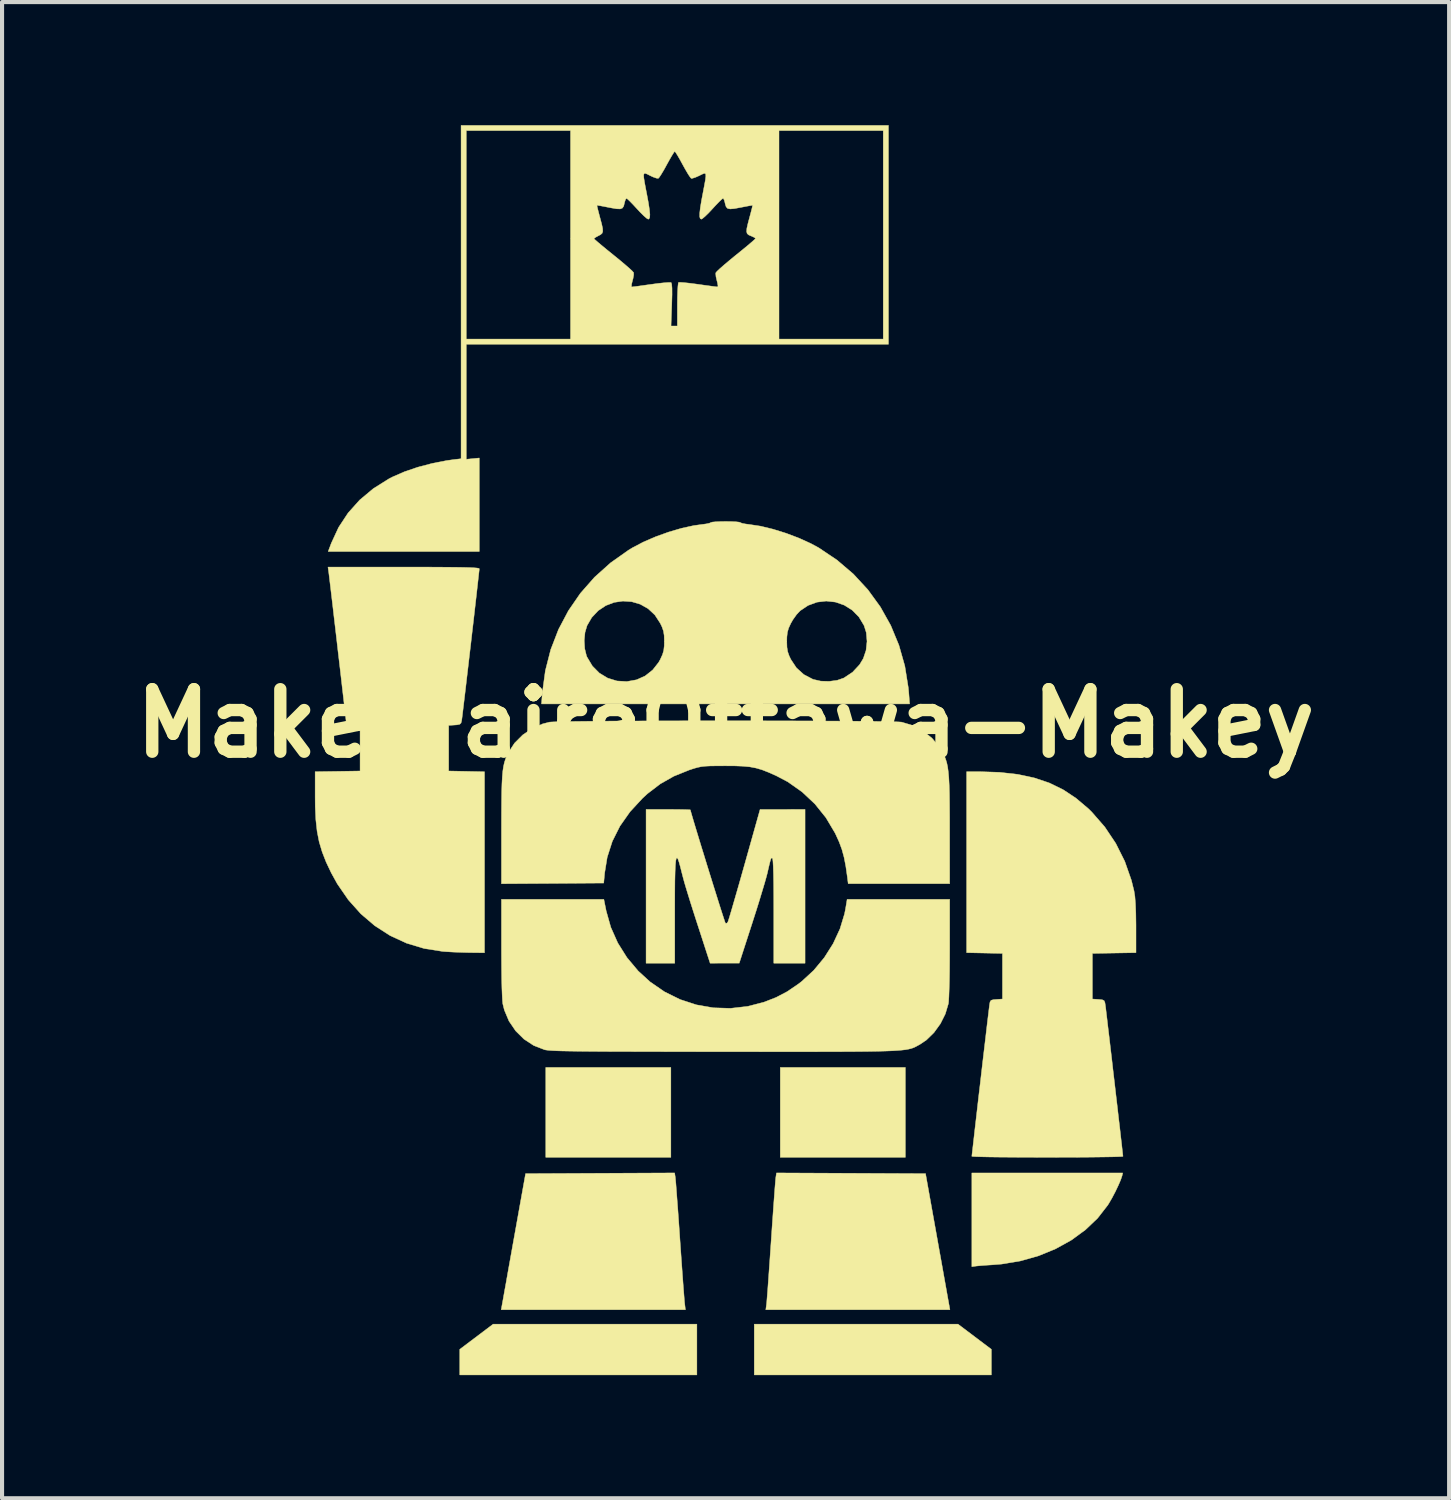
<source format=kicad_pcb>
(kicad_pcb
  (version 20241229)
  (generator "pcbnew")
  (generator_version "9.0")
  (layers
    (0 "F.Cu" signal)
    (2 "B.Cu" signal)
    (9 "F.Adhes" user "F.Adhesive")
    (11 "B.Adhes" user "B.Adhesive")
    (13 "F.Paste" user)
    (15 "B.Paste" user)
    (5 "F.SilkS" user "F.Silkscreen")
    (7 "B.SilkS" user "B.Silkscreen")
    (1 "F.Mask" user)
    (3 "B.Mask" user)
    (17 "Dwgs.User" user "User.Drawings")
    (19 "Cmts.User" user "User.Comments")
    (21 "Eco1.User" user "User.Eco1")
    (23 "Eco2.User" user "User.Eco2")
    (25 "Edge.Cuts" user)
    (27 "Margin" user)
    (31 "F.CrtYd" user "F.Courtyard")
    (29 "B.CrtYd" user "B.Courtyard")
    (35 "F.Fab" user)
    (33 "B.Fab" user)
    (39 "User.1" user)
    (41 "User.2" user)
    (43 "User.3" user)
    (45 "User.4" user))
  (footprint "MakerFaireOttawa-Makey"
    (layer "F.Cu")
    (at 14.63 14.578)
    (property "Reference" "MakerFaireOttawa-Makey" (at 0 0 0) (layer "F.SilkS") (effects (font (size 1.524 1.524) (thickness 0.3))))
    (attr through_hole)
    (fp_poly (pts (xy -1.333 10.573) (xy -4.381 10.573) (xy -4.381 8.382) (xy -1.333 8.382) (xy -1.333 10.573)) (stroke (width 0.01) (type solid)) (fill yes) (layer "F.SilkS"))
    (fp_poly (pts (xy 4.381 10.573) (xy 1.333 10.573) (xy 1.333 8.382) (xy 4.381 8.382) (xy 4.381 10.573)) (stroke (width 0.01) (type solid)) (fill yes) (layer "F.SilkS"))
    (fp_poly (pts (xy -0.699 15.875) (xy -6.477 15.875) (xy -6.477 15.251) (xy -6.07 14.944) (xy -5.663 14.637) (xy -0.699 14.637) (xy -0.699 15.875)) (stroke (width 0.01) (type solid)) (fill yes) (layer "F.SilkS"))
    (fp_poly (pts (xy 6.07 14.944) (xy 6.477 15.251) (xy 6.477 15.875) (xy 0.699 15.875) (xy 0.699 14.637) (xy 5.663 14.637) (xy 6.07 14.944)) (stroke (width 0.01) (type solid)) (fill yes) (layer "F.SilkS"))
    (fp_poly (pts (xy 9.661 11.025) (xy 9.628 11.123) (xy 9.57 11.257) (xy 9.498 11.409) (xy 9.418 11.561) (xy 9.341 11.694) (xy 9.314 11.737) (xy 9.066 12.056) (xy 8.767 12.341) (xy 8.424 12.591) (xy 8.043 12.802) (xy 7.629 12.972) (xy 7.189 13.097) (xy 6.727 13.174) (xy 6.493 13.193) (xy 6.347 13.202) (xy 6.217 13.212) (xy 6.12 13.221) (xy 6.088 13.225) (xy 6.001 13.238) (xy 6.001 10.954) (xy 9.678 10.954) (xy 9.661 11.025)) (stroke (width 0.01) (type solid)) (fill yes) (layer "F.SilkS"))
    (fp_poly (pts (xy -1.225 11.057) (xy -1.22 11.109) (xy -1.21 11.218) (xy -1.198 11.377) (xy -1.183 11.578) (xy -1.165 11.814) (xy -1.146 12.079) (xy -1.126 12.365) (xy -1.112 12.573) (xy -1.091 12.872) (xy -1.071 13.156) (xy -1.052 13.419) (xy -1.035 13.652) (xy -1.02 13.848) (xy -1.008 14) (xy -1 14.101) (xy -0.996 14.137) (xy -0.978 14.287) (xy -5.467 14.287) (xy -5.446 14.168) (xy -5.436 14.114) (xy -5.416 14.004) (xy -5.388 13.844) (xy -5.351 13.642) (xy -5.309 13.403) (xy -5.261 13.135) (xy -5.209 12.844) (xy -5.154 12.536) (xy -5.149 12.509) (xy -4.873 10.97) (xy -1.241 10.953) (xy -1.225 11.057)) (stroke (width 0.01) (type solid)) (fill yes) (layer "F.SilkS"))
    (fp_poly (pts (xy 4.873 10.97) (xy 5.149 12.509) (xy 5.204 12.818) (xy 5.257 13.111) (xy 5.305 13.381) (xy 5.348 13.622) (xy 5.385 13.828) (xy 5.414 13.992) (xy 5.435 14.107) (xy 5.445 14.166) (xy 5.446 14.168) (xy 5.467 14.287) (xy 0.98 14.287) (xy 0.998 14.153) (xy 1.004 14.093) (xy 1.013 13.978) (xy 1.026 13.813) (xy 1.041 13.606) (xy 1.058 13.365) (xy 1.077 13.096) (xy 1.097 12.806) (xy 1.112 12.589) (xy 1.132 12.29) (xy 1.152 12.008) (xy 1.17 11.75) (xy 1.187 11.522) (xy 1.201 11.331) (xy 1.213 11.185) (xy 1.221 11.09) (xy 1.225 11.057) (xy 1.241 10.953) (xy 4.873 10.97)) (stroke (width 0.01) (type solid)) (fill yes) (layer "F.SilkS"))
    (fp_poly (pts (xy -7.442 -3.81) (xy -7.1 -3.809) (xy -6.812 -3.807) (xy -6.576 -3.805) (xy -6.387 -3.802) (xy -6.241 -3.798) (xy -6.133 -3.793) (xy -6.06 -3.787) (xy -6.017 -3.78) (xy -6.001 -3.771) (xy -6.001 -3.77) (xy -6.004 -3.73) (xy -6.015 -3.634) (xy -6.031 -3.488) (xy -6.052 -3.3) (xy -6.077 -3.077) (xy -6.106 -2.825) (xy -6.137 -2.552) (xy -6.171 -2.263) (xy -6.205 -1.967) (xy -6.24 -1.669) (xy -6.274 -1.378) (xy -6.307 -1.098) (xy -6.337 -0.839) (xy -6.365 -0.606) (xy -6.389 -0.406) (xy -6.408 -0.247) (xy -6.422 -0.135) (xy -6.43 -0.077) (xy -6.43 -0.073) (xy -6.446 -0.011) (xy -6.477 0.02) (xy -6.543 0.034) (xy -6.597 0.038) (xy -6.747 0.048) (xy -6.747 1.159) (xy -6.31 1.168) (xy -5.874 1.177) (xy -5.874 5.588) (xy -6.247 5.584) (xy -6.431 5.579) (xy -6.625 5.572) (xy -6.803 5.562) (xy -6.895 5.555) (xy -7.345 5.484) (xy -7.773 5.355) (xy -8.174 5.17) (xy -8.546 4.931) (xy -8.887 4.64) (xy -9.192 4.299) (xy -9.46 3.91) (xy -9.607 3.644) (xy -9.733 3.379) (xy -9.83 3.13) (xy -9.903 2.885) (xy -9.953 2.629) (xy -9.984 2.347) (xy -9.999 2.026) (xy -10.001 1.792) (xy -10.001 1.176) (xy -9.454 1.168) (xy -8.906 1.159) (xy -8.906 0.048) (xy -9.073 0.038) (xy -9.166 0.03) (xy -9.226 0.02) (xy -9.239 0.013) (xy -9.243 -0.022) (xy -9.253 -0.113) (xy -9.269 -0.253) (xy -9.29 -0.437) (xy -9.315 -0.656) (xy -9.344 -0.904) (xy -9.375 -1.174) (xy -9.408 -1.46) (xy -9.443 -1.754) (xy -9.477 -2.051) (xy -9.511 -2.342) (xy -9.544 -2.621) (xy -9.574 -2.882) (xy -9.602 -3.117) (xy -9.626 -3.32) (xy -9.646 -3.484) (xy -9.66 -3.602) (xy -9.668 -3.668) (xy -9.669 -3.675) (xy -9.688 -3.81) (xy -7.844 -3.81) (xy -7.442 -3.81)) (stroke (width 0.01) (type solid)) (fill yes) (layer "F.SilkS"))
    (fp_poly (pts (xy -1.22 2.096) (xy -1.067 2.098) (xy -0.949 2.101) (xy -0.876 2.104) (xy -0.857 2.107) (xy -0.848 2.145) (xy -0.822 2.236) (xy -0.782 2.372) (xy -0.73 2.545) (xy -0.668 2.749) (xy -0.599 2.976) (xy -0.524 3.218) (xy -0.447 3.469) (xy -0.369 3.72) (xy -0.293 3.964) (xy -0.221 4.193) (xy -0.156 4.401) (xy -0.099 4.58) (xy -0.053 4.722) (xy -0.021 4.819) (xy -0.004 4.865) (xy -0.003 4.868) (xy 0.032 4.868) (xy 0.056 4.837) (xy 0.071 4.795) (xy 0.101 4.698) (xy 0.144 4.553) (xy 0.198 4.367) (xy 0.262 4.146) (xy 0.334 3.896) (xy 0.411 3.624) (xy 0.464 3.437) (xy 0.841 2.096) (xy 1.389 2.096) (xy 1.937 2.095) (xy 1.937 5.842) (xy 1.175 5.842) (xy 1.175 4.574) (xy 1.174 4.222) (xy 1.172 3.923) (xy 1.168 3.679) (xy 1.162 3.492) (xy 1.155 3.364) (xy 1.147 3.296) (xy 1.143 3.286) (xy 1.127 3.278) (xy 1.114 3.282) (xy 1.101 3.309) (xy 1.084 3.368) (xy 1.059 3.468) (xy 1.024 3.619) (xy 1.021 3.635) (xy 0.994 3.738) (xy 0.951 3.891) (xy 0.893 4.084) (xy 0.826 4.306) (xy 0.751 4.547) (xy 0.671 4.797) (xy 0.644 4.881) (xy 0.333 5.841) (xy -0.021 5.841) (xy -0.376 5.842) (xy -0.472 5.548) (xy -0.594 5.171) (xy -0.699 4.849) (xy -0.787 4.575) (xy -0.86 4.345) (xy -0.919 4.153) (xy -0.968 3.993) (xy -1.007 3.86) (xy -1.037 3.748) (xy -1.062 3.652) (xy -1.064 3.645) (xy -1.102 3.493) (xy -1.134 3.379) (xy -1.16 3.305) (xy -1.182 3.274) (xy -1.2 3.287) (xy -1.213 3.348) (xy -1.223 3.459) (xy -1.23 3.623) (xy -1.235 3.842) (xy -1.237 4.118) (xy -1.238 4.455) (xy -1.238 4.574) (xy -1.238 5.842) (xy -1.937 5.842) (xy -1.937 2.095) (xy -1.397 2.095) (xy -1.22 2.096)) (stroke (width 0.01) (type solid)) (fill yes) (layer "F.SilkS"))
    (fp_poly (pts (xy -2.909 4.568) (xy -2.797 4.966) (xy -2.627 5.348) (xy -2.403 5.705) (xy -2.13 6.031) (xy -1.839 6.297) (xy -1.486 6.54) (xy -1.107 6.727) (xy -0.709 6.857) (xy -0.297 6.929) (xy 0.121 6.942) (xy 0.541 6.894) (xy 0.935 6.792) (xy 1.232 6.676) (xy 1.501 6.535) (xy 1.767 6.354) (xy 1.856 6.286) (xy 2.149 6.016) (xy 2.406 5.706) (xy 2.621 5.366) (xy 2.788 5.006) (xy 2.9 4.637) (xy 2.925 4.508) (xy 2.962 4.286) (xy 5.461 4.286) (xy 5.461 5.473) (xy 5.46 5.763) (xy 5.458 6.035) (xy 5.454 6.279) (xy 5.448 6.489) (xy 5.442 6.658) (xy 5.435 6.776) (xy 5.429 6.83) (xy 5.355 7.078) (xy 5.235 7.317) (xy 5.078 7.534) (xy 4.895 7.713) (xy 4.737 7.82) (xy 4.691 7.845) (xy 4.649 7.868) (xy 4.608 7.889) (xy 4.565 7.907) (xy 4.515 7.923) (xy 4.456 7.937) (xy 4.385 7.95) (xy 4.297 7.96) (xy 4.191 7.969) (xy 4.061 7.977) (xy 3.906 7.983) (xy 3.722 7.988) (xy 3.505 7.992) (xy 3.253 7.995) (xy 2.961 7.997) (xy 2.627 7.998) (xy 2.247 7.999) (xy 1.818 8) (xy 1.337 8) (xy 0.8 7.999) (xy 0.203 7.999) (xy -0.015 7.999) (xy -0.631 7.999) (xy -1.187 7.998) (xy -1.685 7.997) (xy -2.13 7.996) (xy -2.523 7.995) (xy -2.869 7.994) (xy -3.17 7.992) (xy -3.43 7.99) (xy -3.652 7.987) (xy -3.838 7.984) (xy -3.992 7.981) (xy -4.117 7.977) (xy -4.216 7.972) (xy -4.293 7.967) (xy -4.35 7.961) (xy -4.391 7.955) (xy -4.41 7.951) (xy -4.675 7.848) (xy -4.913 7.692) (xy -5.115 7.492) (xy -5.277 7.254) (xy -5.39 6.986) (xy -5.429 6.83) (xy -5.436 6.756) (xy -5.443 6.627) (xy -5.45 6.45) (xy -5.455 6.232) (xy -5.458 5.981) (xy -5.46 5.705) (xy -5.461 5.473) (xy -5.461 4.286) (xy -2.966 4.286) (xy -2.909 4.568)) (stroke (width 0.01) (type solid)) (fill yes) (layer "F.SilkS"))
    (fp_poly (pts (xy 6.183 1.175) (xy 6.677 1.191) (xy 7.121 1.241) (xy 7.523 1.327) (xy 7.889 1.45) (xy 8.225 1.614) (xy 8.538 1.821) (xy 8.835 2.072) (xy 8.922 2.157) (xy 9.24 2.522) (xy 9.509 2.924) (xy 9.727 3.36) (xy 9.889 3.822) (xy 9.953 4.08) (xy 9.974 4.213) (xy 9.988 4.393) (xy 9.997 4.623) (xy 10.001 4.911) (xy 10.001 4.944) (xy 10.001 5.586) (xy 9.469 5.595) (xy 8.938 5.604) (xy 8.938 6.715) (xy 9.087 6.725) (xy 9.177 6.733) (xy 9.223 6.754) (xy 9.244 6.802) (xy 9.254 6.868) (xy 9.262 6.925) (xy 9.275 7.035) (xy 9.294 7.193) (xy 9.317 7.391) (xy 9.345 7.622) (xy 9.375 7.879) (xy 9.408 8.157) (xy 9.441 8.447) (xy 9.476 8.743) (xy 9.51 9.038) (xy 9.544 9.325) (xy 9.575 9.598) (xy 9.605 9.849) (xy 9.63 10.073) (xy 9.652 10.261) (xy 9.668 10.407) (xy 9.679 10.505) (xy 9.684 10.547) (xy 9.684 10.548) (xy 9.653 10.553) (xy 9.564 10.557) (xy 9.423 10.561) (xy 9.235 10.564) (xy 9.006 10.567) (xy 8.742 10.57) (xy 8.447 10.571) (xy 8.128 10.572) (xy 7.842 10.573) (xy 7.507 10.572) (xy 7.191 10.571) (xy 6.901 10.569) (xy 6.641 10.567) (xy 6.418 10.564) (xy 6.237 10.56) (xy 6.103 10.556) (xy 6.023 10.552) (xy 6.001 10.548) (xy 6.004 10.513) (xy 6.015 10.42) (xy 6.031 10.279) (xy 6.052 10.095) (xy 6.077 9.875) (xy 6.106 9.626) (xy 6.137 9.355) (xy 6.17 9.069) (xy 6.205 8.775) (xy 6.239 8.479) (xy 6.273 8.188) (xy 6.306 7.909) (xy 6.337 7.649) (xy 6.364 7.415) (xy 6.388 7.213) (xy 6.408 7.05) (xy 6.422 6.934) (xy 6.43 6.871) (xy 6.43 6.868) (xy 6.444 6.787) (xy 6.469 6.747) (xy 6.525 6.731) (xy 6.598 6.725) (xy 6.747 6.715) (xy 6.747 5.604) (xy 6.31 5.595) (xy 5.874 5.586) (xy 5.874 1.175) (xy 6.183 1.175)) (stroke (width 0.01) (type solid)) (fill yes) (layer "F.SilkS"))
    (fp_poly (pts (xy 0.62 -0.064) (xy 1.071 -0.063) (xy 1.511 -0.062) (xy 1.935 -0.061) (xy 2.338 -0.059) (xy 2.717 -0.057) (xy 3.066 -0.055) (xy 3.381 -0.052) (xy 3.657 -0.049) (xy 3.89 -0.046) (xy 4.074 -0.042) (xy 4.206 -0.038) (xy 4.28 -0.033) (xy 4.29 -0.032) (xy 4.558 0.048) (xy 4.808 0.181) (xy 5.029 0.358) (xy 5.209 0.57) (xy 5.292 0.709) (xy 5.331 0.79) (xy 5.363 0.871) (xy 5.39 0.959) (xy 5.411 1.059) (xy 5.427 1.178) (xy 5.44 1.323) (xy 5.449 1.501) (xy 5.455 1.717) (xy 5.458 1.978) (xy 5.46 2.29) (xy 5.46 2.596) (xy 5.461 3.905) (xy 2.988 3.905) (xy 2.969 3.754) (xy 2.931 3.487) (xy 2.888 3.264) (xy 2.835 3.07) (xy 2.767 2.886) (xy 2.679 2.693) (xy 2.666 2.667) (xy 2.446 2.297) (xy 2.177 1.962) (xy 1.865 1.669) (xy 1.516 1.423) (xy 1.233 1.274) (xy 1.048 1.192) (xy 0.89 1.13) (xy 0.743 1.087) (xy 0.592 1.058) (xy 0.421 1.042) (xy 0.217 1.034) (xy -0.016 1.033) (xy -0.221 1.034) (xy -0.377 1.036) (xy -0.496 1.042) (xy -0.592 1.053) (xy -0.678 1.071) (xy -0.768 1.096) (xy -0.875 1.131) (xy -0.889 1.136) (xy -1.259 1.285) (xy -1.591 1.473) (xy -1.901 1.71) (xy -2.023 1.822) (xy -2.328 2.152) (xy -2.574 2.502) (xy -2.759 2.871) (xy -2.884 3.26) (xy -2.946 3.643) (xy -2.969 3.889) (xy -4.215 3.898) (xy -5.461 3.906) (xy -5.461 2.58) (xy -5.46 2.223) (xy -5.458 1.923) (xy -5.455 1.674) (xy -5.449 1.468) (xy -5.44 1.3) (xy -5.428 1.162) (xy -5.411 1.049) (xy -5.39 0.954) (xy -5.363 0.87) (xy -5.331 0.79) (xy -5.292 0.709) (xy -5.289 0.704) (xy -5.141 0.478) (xy -4.944 0.281) (xy -4.711 0.122) (xy -4.455 0.01) (xy -4.29 -0.032) (xy -4.233 -0.036) (xy -4.118 -0.041) (xy -3.948 -0.044) (xy -3.729 -0.048) (xy -3.465 -0.051) (xy -3.161 -0.054) (xy -2.821 -0.057) (xy -2.45 -0.059) (xy -2.053 -0.06) (xy -1.634 -0.062) (xy -1.199 -0.063) (xy -0.751 -0.064) (xy -0.295 -0.064) (xy 0.163 -0.064) (xy 0.62 -0.064)) (stroke (width 0.01) (type solid)) (fill yes) (layer "F.SilkS"))
    (fp_poly (pts (xy 0.137 -4.919) (xy 0.251 -4.914) (xy 0.331 -4.905) (xy 0.362 -4.894) (xy 0.4 -4.877) (xy 0.483 -4.861) (xy 0.582 -4.848) (xy 0.854 -4.807) (xy 1.158 -4.733) (xy 1.476 -4.634) (xy 1.79 -4.515) (xy 2.08 -4.383) (xy 2.267 -4.282) (xy 2.713 -3.983) (xy 3.114 -3.641) (xy 3.468 -3.258) (xy 3.772 -2.84) (xy 4.025 -2.388) (xy 4.224 -1.907) (xy 4.368 -1.4) (xy 4.453 -0.87) (xy 4.464 -0.754) (xy 4.485 -0.476) (xy -4.485 -0.476) (xy -4.464 -0.754) (xy -4.391 -1.288) (xy -4.26 -1.801) (xy -4.174 -2.022) (xy -3.444 -2.022) (xy -3.432 -1.823) (xy -3.389 -1.648) (xy -3.376 -1.618) (xy -3.246 -1.4) (xy -3.076 -1.228) (xy -2.873 -1.105) (xy -2.647 -1.035) (xy -2.405 -1.021) (xy -2.167 -1.064) (xy -1.959 -1.158) (xy -1.776 -1.303) (xy -1.63 -1.489) (xy -1.591 -1.559) (xy -1.537 -1.677) (xy -1.507 -1.778) (xy -1.494 -1.892) (xy -1.492 -2) (xy 1.492 -2) (xy 1.496 -1.858) (xy 1.513 -1.751) (xy 1.549 -1.648) (xy 1.59 -1.561) (xy 1.727 -1.354) (xy 1.908 -1.191) (xy 2.126 -1.077) (xy 2.137 -1.073) (xy 2.321 -1.031) (xy 2.523 -1.025) (xy 2.72 -1.051) (xy 2.883 -1.108) (xy 3.095 -1.249) (xy 3.266 -1.433) (xy 3.356 -1.582) (xy 3.423 -1.78) (xy 3.447 -1.998) (xy 3.429 -2.213) (xy 3.375 -2.385) (xy 3.249 -2.595) (xy 3.084 -2.762) (xy 2.891 -2.883) (xy 2.677 -2.957) (xy 2.453 -2.982) (xy 2.227 -2.955) (xy 2.01 -2.875) (xy 1.817 -2.746) (xy 1.73 -2.653) (xy 1.643 -2.531) (xy 1.59 -2.439) (xy 1.536 -2.322) (xy 1.507 -2.221) (xy 1.494 -2.106) (xy 1.492 -2) (xy -1.492 -2) (xy -1.496 -2.142) (xy -1.513 -2.25) (xy -1.549 -2.353) (xy -1.59 -2.439) (xy -1.722 -2.642) (xy -1.888 -2.797) (xy -2.079 -2.905) (xy -2.286 -2.966) (xy -2.501 -2.981) (xy -2.714 -2.95) (xy -2.918 -2.872) (xy -3.103 -2.749) (xy -3.261 -2.581) (xy -3.375 -2.385) (xy -3.425 -2.218) (xy -3.444 -2.022) (xy -4.174 -2.022) (xy -4.072 -2.288) (xy -3.83 -2.746) (xy -3.537 -3.172) (xy -3.194 -3.562) (xy -2.803 -3.913) (xy -2.366 -4.222) (xy -2.267 -4.282) (xy -2.004 -4.42) (xy -1.706 -4.549) (xy -1.389 -4.663) (xy -1.073 -4.756) (xy -0.776 -4.821) (xy -0.582 -4.848) (xy -0.475 -4.862) (xy -0.395 -4.879) (xy -0.362 -4.894) (xy -0.325 -4.906) (xy -0.24 -4.914) (xy -0.124 -4.919) (xy 0.007 -4.921) (xy 0.137 -4.919)) (stroke (width 0.01) (type solid)) (fill yes) (layer "F.SilkS"))
    (fp_poly (pts (xy 3.969 -9.239) (xy -6.318 -9.239) (xy -6.318 -6.437) (xy -6.001 -6.468) (xy -6.001 -4.191) (xy -9.683 -4.191) (xy -9.607 -4.393) (xy -9.429 -4.778) (xy -9.198 -5.129) (xy -8.915 -5.445) (xy -8.584 -5.722) (xy -8.207 -5.959) (xy -8.112 -6.008) (xy -7.828 -6.132) (xy -7.5 -6.244) (xy -7.15 -6.336) (xy -6.798 -6.405) (xy -6.628 -6.429) (xy -6.445 -6.45) (xy -6.445 -10.512) (xy -6.445 -14.446) (xy -6.318 -14.446) (xy -6.318 -9.366) (xy -3.778 -9.366) (xy -3.778 -11.813) (xy -3.207 -11.813) (xy -3.183 -11.789) (xy -3.117 -11.731) (xy -3.017 -11.647) (xy -2.89 -11.542) (xy -2.744 -11.424) (xy -2.732 -11.414) (xy -2.583 -11.293) (xy -2.451 -11.182) (xy -2.345 -11.09) (xy -2.272 -11.022) (xy -2.241 -10.986) (xy -2.24 -10.986) (xy -2.239 -10.929) (xy -2.255 -10.838) (xy -2.269 -10.787) (xy -2.29 -10.701) (xy -2.293 -10.647) (xy -2.285 -10.636) (xy -2.244 -10.641) (xy -2.153 -10.652) (xy -2.023 -10.67) (xy -1.867 -10.692) (xy -1.808 -10.7) (xy -1.645 -10.722) (xy -1.503 -10.737) (xy -1.396 -10.745) (xy -1.335 -10.745) (xy -1.326 -10.743) (xy -1.313 -10.704) (xy -1.305 -10.608) (xy -1.304 -10.453) (xy -1.31 -10.236) (xy -1.311 -10.203) (xy -1.329 -9.684) (xy -1.175 -9.684) (xy -1.175 -10.206) (xy -1.173 -10.381) (xy -1.168 -10.534) (xy -1.161 -10.653) (xy -1.152 -10.727) (xy -1.146 -10.746) (xy -1.105 -10.748) (xy -1.014 -10.742) (xy -0.884 -10.728) (xy -0.728 -10.708) (xy -0.669 -10.7) (xy -0.506 -10.677) (xy -0.366 -10.658) (xy -0.26 -10.644) (xy -0.201 -10.637) (xy -0.193 -10.636) (xy -0.185 -10.663) (xy -0.196 -10.732) (xy -0.21 -10.785) (xy -0.233 -10.883) (xy -0.24 -10.961) (xy -0.237 -10.983) (xy -0.207 -11.018) (xy -0.136 -11.085) (xy -0.031 -11.177) (xy 0.1 -11.287) (xy 0.248 -11.409) (xy 0.255 -11.414) (xy 0.403 -11.534) (xy 0.532 -11.64) (xy 0.634 -11.727) (xy 0.703 -11.788) (xy 0.73 -11.816) (xy 0.73 -11.817) (xy 0.703 -11.841) (xy 0.637 -11.872) (xy 0.619 -11.879) (xy 0.562 -11.904) (xy 0.526 -11.936) (xy 0.513 -11.986) (xy 0.519 -12.065) (xy 0.546 -12.184) (xy 0.586 -12.334) (xy 0.619 -12.458) (xy 0.644 -12.556) (xy 0.657 -12.615) (xy 0.658 -12.625) (xy 0.626 -12.622) (xy 0.546 -12.608) (xy 0.432 -12.586) (xy 0.365 -12.573) (xy 0.214 -12.545) (xy 0.113 -12.536) (xy 0.05 -12.549) (xy 0.013 -12.589) (xy -0.009 -12.658) (xy -0.014 -12.685) (xy -0.034 -12.758) (xy -0.058 -12.794) (xy -0.062 -12.795) (xy -0.093 -12.773) (xy -0.156 -12.713) (xy -0.241 -12.625) (xy -0.318 -12.541) (xy -0.415 -12.437) (xy -0.501 -12.354) (xy -0.564 -12.301) (xy -0.591 -12.287) (xy -0.618 -12.302) (xy -0.631 -12.349) (xy -0.63 -12.435) (xy -0.615 -12.566) (xy -0.585 -12.749) (xy -0.555 -12.905) (xy -0.518 -13.101) (xy -0.492 -13.242) (xy -0.481 -13.334) (xy -0.484 -13.386) (xy -0.505 -13.404) (xy -0.542 -13.396) (xy -0.6 -13.369) (xy -0.638 -13.349) (xy -0.733 -13.307) (xy -0.807 -13.283) (xy -0.837 -13.281) (xy -0.865 -13.314) (xy -0.916 -13.391) (xy -0.98 -13.5) (xy -1.045 -13.617) (xy -1.114 -13.744) (xy -1.174 -13.847) (xy -1.218 -13.916) (xy -1.238 -13.938) (xy -1.261 -13.912) (xy -1.306 -13.84) (xy -1.367 -13.735) (xy -1.432 -13.617) (xy -1.503 -13.488) (xy -1.567 -13.381) (xy -1.615 -13.308) (xy -1.64 -13.281) (xy -1.686 -13.287) (xy -1.768 -13.316) (xy -1.838 -13.349) (xy -1.906 -13.384) (xy -1.954 -13.403) (xy -1.983 -13.4) (xy -1.996 -13.366) (xy -1.992 -13.296) (xy -1.974 -13.182) (xy -1.943 -13.017) (xy -1.921 -12.905) (xy -1.88 -12.684) (xy -1.855 -12.519) (xy -1.844 -12.403) (xy -1.848 -12.33) (xy -1.866 -12.294) (xy -1.886 -12.287) (xy -1.924 -12.31) (xy -1.993 -12.37) (xy -2.083 -12.459) (xy -2.159 -12.541) (xy -2.255 -12.645) (xy -2.336 -12.728) (xy -2.393 -12.781) (xy -2.415 -12.795) (xy -2.438 -12.768) (xy -2.46 -12.699) (xy -2.463 -12.685) (xy -2.482 -12.606) (xy -2.513 -12.558) (xy -2.567 -12.537) (xy -2.655 -12.54) (xy -2.79 -12.563) (xy -2.842 -12.573) (xy -2.967 -12.598) (xy -3.066 -12.616) (xy -3.125 -12.625) (xy -3.134 -12.625) (xy -3.129 -12.593) (xy -3.11 -12.514) (xy -3.081 -12.402) (xy -3.063 -12.334) (xy -3.02 -12.174) (xy -2.996 -12.064) (xy -2.992 -11.991) (xy -3.008 -11.944) (xy -3.045 -11.911) (xy -3.096 -11.884) (xy -3.166 -11.846) (xy -3.204 -11.818) (xy -3.207 -11.813) (xy -3.778 -11.813) (xy -3.778 -14.446) (xy 1.302 -14.446) (xy 1.302 -9.366) (xy 3.842 -9.366) (xy 3.842 -14.446) (xy 1.302 -14.446) (xy -3.778 -14.446) (xy -6.318 -14.446) (xy -6.445 -14.446) (xy -6.445 -14.573) (xy 3.969 -14.573) (xy 3.969 -9.239)) (stroke (width 0.01) (type solid)) (fill yes) (layer "F.SilkS")))
  (gr_rect
    (start -3 -3)
    (end 32.261 33.458)
    (stroke (width 0.1) (type default))
    (fill no)
    (layer "Edge.Cuts")))
</source>
